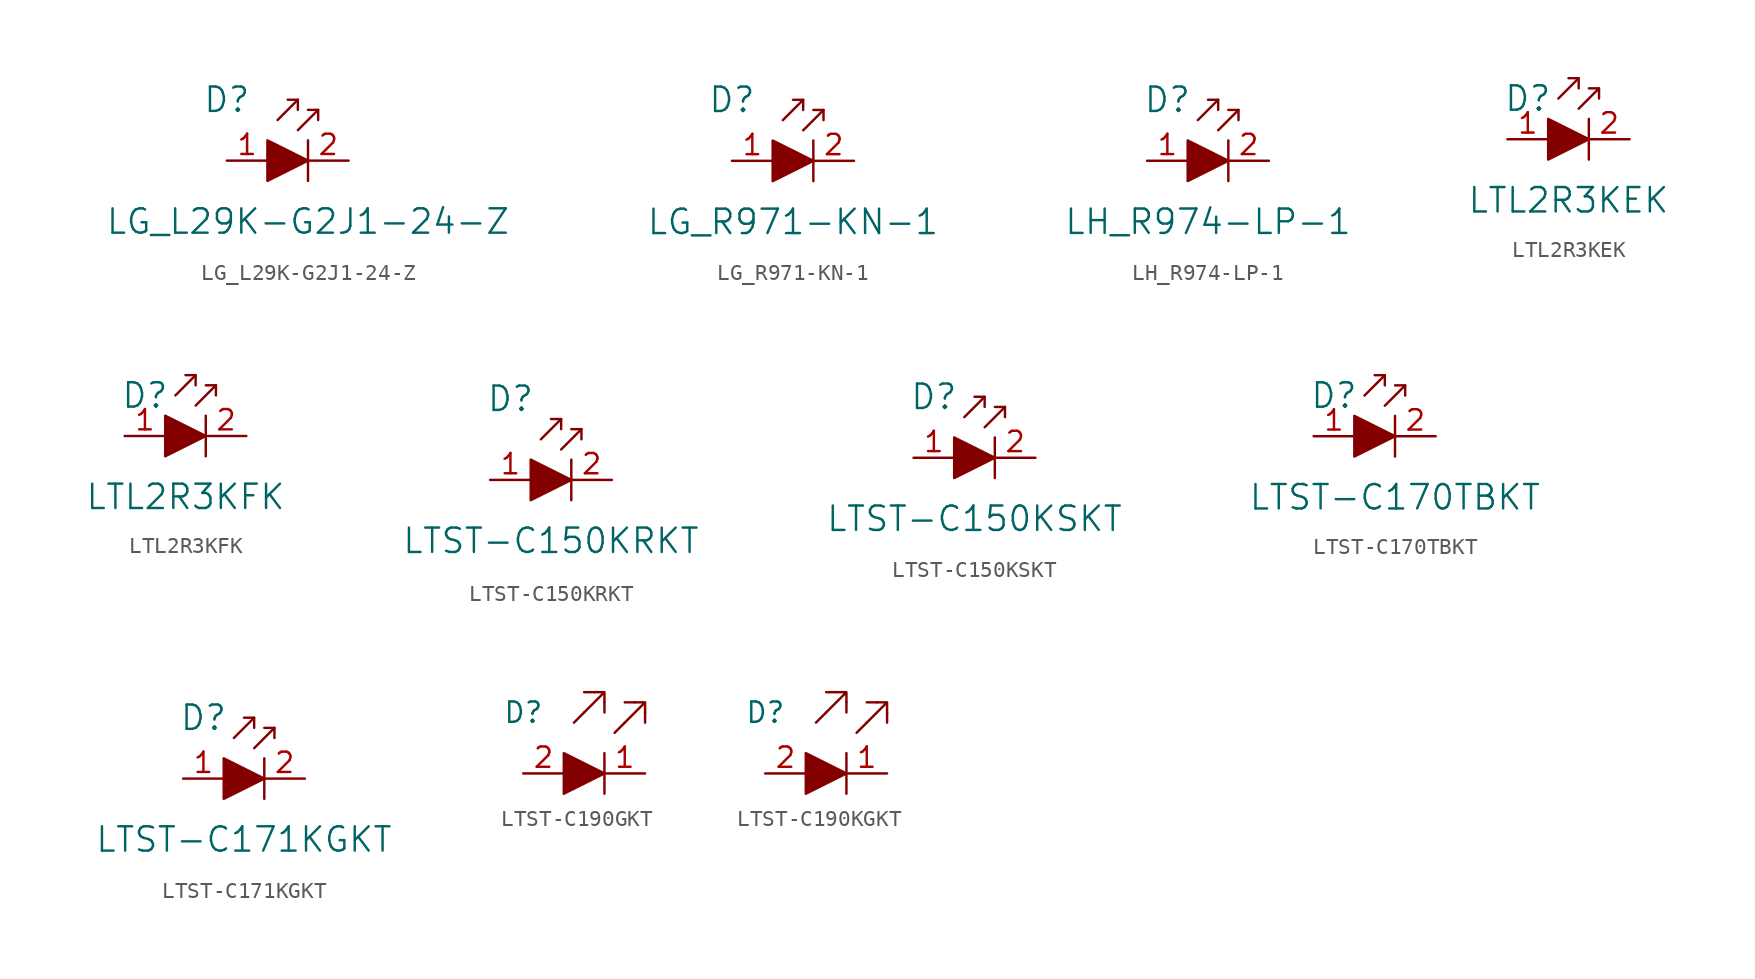
<source format=kicad_sym>
(kicad_symbol_lib
  (version 20201005)
  (generator kicad_symbol_editor)
  (symbol "LG_L29K-G2J1-24-Z"
    (pin_names
      (offset 0))
    (property "Reference" "D"
      (at -5.08 3.81 0)
      (effects (font (size 1.524 1.524))))
    (property "Value" "LG_L29K-G2J1-24-Z"
      (at 0 -3.81 0)
      (effects (font (size 1.524 1.524))))
    (symbol "LG_L29K-G2J1-24-Z_0_1"
      (polyline (pts (xy -0.635 3.81) (xy -1.905 2.54)) (stroke (width 0)) (fill (type none)))
      (polyline (pts (xy 0 1.27) (xy 0 -1.27)) (stroke (width 0)) (fill (type none)))
      (polyline (pts (xy 0.635 3.175) (xy -0.635 1.905)) (stroke (width 0)) (fill (type none)))
      (polyline (pts (xy -1.27 3.81) (xy -0.635 3.81) (xy -0.635 3.175)) (stroke (width 0)) (fill (type none)))
      (polyline (pts (xy 0 3.175) (xy 0.635 3.175) (xy 0.635 2.54)) (stroke (width 0)) (fill (type none)))
      (polyline (pts (xy -2.54 1.27) (xy -2.54 -1.27) (xy 0 0) (xy -2.54 1.27)) (stroke (width 0)) (fill (type outline))))
    (symbol "LG_L29K-G2J1-24-Z_1_1"
      (pin passive line (at -5.08 0 0) (length 2.54) (name "~" (effects (font (size 1.27 1.27)))) (number "1" (effects (font (size 1.27 1.27)))))
      (pin passive line (at 2.54 0 180) (length 2.54) (name "~" (effects (font (size 1.27 1.27)))) (number "2" (effects (font (size 1.27 1.27)))))))
  (symbol "LG_R971-KN-1"
    (pin_names
      (offset 0))
    (property "Reference" "D"
      (at -5.08 3.81 0)
      (effects (font (size 1.524 1.524))))
    (property "Value" "LG_R971-KN-1"
      (at -1.27 -3.81 0)
      (effects (font (size 1.524 1.524))))
    (symbol "LG_R971-KN-1_0_1"
      (polyline (pts (xy -0.635 3.81) (xy -1.905 2.54)) (stroke (width 0)) (fill (type none)))
      (polyline (pts (xy 0 1.27) (xy 0 -1.27)) (stroke (width 0)) (fill (type none)))
      (polyline (pts (xy 0.635 3.175) (xy -0.635 1.905)) (stroke (width 0)) (fill (type none)))
      (polyline (pts (xy -1.27 3.81) (xy -0.635 3.81) (xy -0.635 3.175)) (stroke (width 0)) (fill (type none)))
      (polyline (pts (xy 0 3.175) (xy 0.635 3.175) (xy 0.635 2.54)) (stroke (width 0)) (fill (type none)))
      (polyline (pts (xy -2.54 1.27) (xy -2.54 -1.27) (xy 0 0) (xy -2.54 1.27)) (stroke (width 0)) (fill (type outline))))
    (symbol "LG_R971-KN-1_1_1"
      (pin passive line (at -5.08 0 0) (length 2.54) (name "~" (effects (font (size 1.27 1.27)))) (number "1" (effects (font (size 1.27 1.27)))))
      (pin passive line (at 2.54 0 180) (length 2.54) (name "~" (effects (font (size 1.27 1.27)))) (number "2" (effects (font (size 1.27 1.27)))))))
  (symbol "LH_R974-LP-1"
    (pin_names
      (offset 0))
    (property "Reference" "D"
      (at -3.81 3.81 0)
      (effects (font (size 1.524 1.524))))
    (property "Value" "LH_R974-LP-1"
      (at -1.27 -3.81 0)
      (effects (font (size 1.524 1.524))))
    (symbol "LH_R974-LP-1_0_1"
      (polyline (pts (xy -0.635 3.81) (xy -1.905 2.54)) (stroke (width 0)) (fill (type none)))
      (polyline (pts (xy 0 1.27) (xy 0 -1.27)) (stroke (width 0)) (fill (type none)))
      (polyline (pts (xy 0.635 3.175) (xy -0.635 1.905)) (stroke (width 0)) (fill (type none)))
      (polyline (pts (xy -1.27 3.81) (xy -0.635 3.81) (xy -0.635 3.175)) (stroke (width 0)) (fill (type none)))
      (polyline (pts (xy 0 3.175) (xy 0.635 3.175) (xy 0.635 2.54)) (stroke (width 0)) (fill (type none)))
      (polyline (pts (xy -2.54 1.27) (xy -2.54 -1.27) (xy 0 0) (xy -2.54 1.27)) (stroke (width 0)) (fill (type outline))))
    (symbol "LH_R974-LP-1_1_1"
      (pin passive line (at -5.08 0 0) (length 2.54) (name "~" (effects (font (size 1.27 1.27)))) (number "1" (effects (font (size 1.27 1.27)))))
      (pin passive line (at 2.54 0 180) (length 2.54) (name "~" (effects (font (size 1.27 1.27)))) (number "2" (effects (font (size 1.27 1.27)))))))
  (symbol "LTL2R3KEK"
    (pin_names
      (offset 0))
    (property "Reference" "D"
      (at -3.81 2.54 0)
      (effects (font (size 1.524 1.524))))
    (property "Value" "LTL2R3KEK"
      (at -1.27 -3.81 0)
      (effects (font (size 1.524 1.524))))
    (symbol "LTL2R3KEK_0_1"
      (polyline (pts (xy -0.635 3.81) (xy -1.905 2.54)) (stroke (width 0)) (fill (type none)))
      (polyline (pts (xy 0 1.27) (xy 0 -1.27)) (stroke (width 0)) (fill (type none)))
      (polyline (pts (xy 0.635 3.175) (xy -0.635 1.905)) (stroke (width 0)) (fill (type none)))
      (polyline (pts (xy -1.27 3.81) (xy -0.635 3.81) (xy -0.635 3.175)) (stroke (width 0)) (fill (type none)))
      (polyline (pts (xy 0 3.175) (xy 0.635 3.175) (xy 0.635 2.54)) (stroke (width 0)) (fill (type none)))
      (polyline (pts (xy -2.54 1.27) (xy -2.54 -1.27) (xy 0 0) (xy -2.54 1.27)) (stroke (width 0)) (fill (type outline))))
    (symbol "LTL2R3KEK_1_1"
      (pin passive line (at -5.08 0 0) (length 2.54) (name "~" (effects (font (size 1.27 1.27)))) (number "1" (effects (font (size 1.27 1.27)))))
      (pin passive line (at 2.54 0 180) (length 2.54) (name "~" (effects (font (size 1.27 1.27)))) (number "2" (effects (font (size 1.27 1.27)))))))
  (symbol "LTL2R3KFK"
    (pin_names
      (offset 0))
    (property "Reference" "D"
      (at -3.81 2.54 0)
      (effects (font (size 1.524 1.524))))
    (property "Value" "LTL2R3KFK"
      (at -1.27 -3.81 0)
      (effects (font (size 1.524 1.524))))
    (symbol "LTL2R3KFK_0_1"
      (polyline (pts (xy -0.635 3.81) (xy -1.905 2.54)) (stroke (width 0)) (fill (type none)))
      (polyline (pts (xy 0 1.27) (xy 0 -1.27)) (stroke (width 0)) (fill (type none)))
      (polyline (pts (xy 0.635 3.175) (xy -0.635 1.905)) (stroke (width 0)) (fill (type none)))
      (polyline (pts (xy -1.27 3.81) (xy -0.635 3.81) (xy -0.635 3.175)) (stroke (width 0)) (fill (type none)))
      (polyline (pts (xy 0 3.175) (xy 0.635 3.175) (xy 0.635 2.54)) (stroke (width 0)) (fill (type none)))
      (polyline (pts (xy -2.54 1.27) (xy -2.54 -1.27) (xy 0 0) (xy -2.54 1.27)) (stroke (width 0)) (fill (type outline))))
    (symbol "LTL2R3KFK_1_1"
      (pin passive line (at -5.08 0 0) (length 2.54) (name "~" (effects (font (size 1.27 1.27)))) (number "1" (effects (font (size 1.27 1.27)))))
      (pin passive line (at 2.54 0 180) (length 2.54) (name "~" (effects (font (size 1.27 1.27)))) (number "2" (effects (font (size 1.27 1.27)))))))
  (symbol "LTST-C150KRKT"
    (pin_names
      (offset 0))
    (property "Reference" "D"
      (at -3.81 5.08 0)
      (effects (font (size 1.524 1.524))))
    (property "Value" "LTST-C150KRKT"
      (at -1.27 -3.81 0)
      (effects (font (size 1.524 1.524))))
    (symbol "LTST-C150KRKT_0_1"
      (polyline (pts (xy -0.635 3.81) (xy -1.905 2.54)) (stroke (width 0)) (fill (type none)))
      (polyline (pts (xy 0 1.27) (xy 0 -1.27)) (stroke (width 0)) (fill (type none)))
      (polyline (pts (xy 0.635 3.175) (xy -0.635 1.905)) (stroke (width 0)) (fill (type none)))
      (polyline (pts (xy -1.27 3.81) (xy -0.635 3.81) (xy -0.635 3.175)) (stroke (width 0)) (fill (type none)))
      (polyline (pts (xy 0 3.175) (xy 0.635 3.175) (xy 0.635 2.54)) (stroke (width 0)) (fill (type none)))
      (polyline (pts (xy -2.54 1.27) (xy -2.54 -1.27) (xy 0 0) (xy -2.54 1.27)) (stroke (width 0)) (fill (type outline))))
    (symbol "LTST-C150KRKT_1_1"
      (pin passive line (at -5.08 0 0) (length 2.54) (name "~" (effects (font (size 1.27 1.27)))) (number "1" (effects (font (size 1.27 1.27)))))
      (pin passive line (at 2.54 0 180) (length 2.54) (name "~" (effects (font (size 1.27 1.27)))) (number "2" (effects (font (size 1.27 1.27)))))))
  (symbol "LTST-C150KSKT"
    (pin_names
      (offset 0))
    (property "Reference" "D"
      (at -3.81 3.81 0)
      (effects (font (size 1.524 1.524))))
    (property "Value" "LTST-C150KSKT"
      (at -1.27 -3.81 0)
      (effects (font (size 1.524 1.524))))
    (symbol "LTST-C150KSKT_0_1"
      (polyline (pts (xy -0.635 3.81) (xy -1.905 2.54)) (stroke (width 0)) (fill (type none)))
      (polyline (pts (xy 0 1.27) (xy 0 -1.27)) (stroke (width 0)) (fill (type none)))
      (polyline (pts (xy 0.635 3.175) (xy -0.635 1.905)) (stroke (width 0)) (fill (type none)))
      (polyline (pts (xy -1.27 3.81) (xy -0.635 3.81) (xy -0.635 3.175)) (stroke (width 0)) (fill (type none)))
      (polyline (pts (xy 0 3.175) (xy 0.635 3.175) (xy 0.635 2.54)) (stroke (width 0)) (fill (type none)))
      (polyline (pts (xy -2.54 1.27) (xy -2.54 -1.27) (xy 0 0) (xy -2.54 1.27)) (stroke (width 0)) (fill (type outline))))
    (symbol "LTST-C150KSKT_1_1"
      (pin passive line (at -5.08 0 0) (length 2.54) (name "~" (effects (font (size 1.27 1.27)))) (number "1" (effects (font (size 1.27 1.27)))))
      (pin passive line (at 2.54 0 180) (length 2.54) (name "~" (effects (font (size 1.27 1.27)))) (number "2" (effects (font (size 1.27 1.27)))))))
  (symbol "LTST-C170TBKT"
    (pin_names
      (offset 0))
    (property "Reference" "D"
      (at -3.81 2.54 0)
      (effects (font (size 1.524 1.524))))
    (property "Value" "LTST-C170TBKT"
      (at 0 -3.81 0)
      (effects (font (size 1.524 1.524))))
    (symbol "LTST-C170TBKT_0_1"
      (polyline (pts (xy -0.635 3.81) (xy -1.905 2.54)) (stroke (width 0)) (fill (type none)))
      (polyline (pts (xy 0 1.27) (xy 0 -1.27)) (stroke (width 0)) (fill (type none)))
      (polyline (pts (xy 0.635 3.175) (xy -0.635 1.905)) (stroke (width 0)) (fill (type none)))
      (polyline (pts (xy -1.27 3.81) (xy -0.635 3.81) (xy -0.635 3.175)) (stroke (width 0)) (fill (type none)))
      (polyline (pts (xy 0 3.175) (xy 0.635 3.175) (xy 0.635 2.54)) (stroke (width 0)) (fill (type none)))
      (polyline (pts (xy -2.54 1.27) (xy -2.54 -1.27) (xy 0 0) (xy -2.54 1.27)) (stroke (width 0)) (fill (type outline))))
    (symbol "LTST-C170TBKT_1_1"
      (pin passive line (at -5.08 0 0) (length 2.54) (name "~" (effects (font (size 1.27 1.27)))) (number "1" (effects (font (size 1.27 1.27)))))
      (pin passive line (at 2.54 0 180) (length 2.54) (name "~" (effects (font (size 1.27 1.27)))) (number "2" (effects (font (size 1.27 1.27)))))))
  (symbol "LTST-C171KGKT"
    (pin_names
      (offset 0))
    (property "Reference" "D"
      (at -3.81 3.81 0)
      (effects (font (size 1.524 1.524))))
    (property "Value" "LTST-C171KGKT"
      (at -1.27 -3.81 0)
      (effects (font (size 1.524 1.524))))
    (symbol "LTST-C171KGKT_0_1"
      (polyline (pts (xy -0.635 3.81) (xy -1.905 2.54)) (stroke (width 0)) (fill (type none)))
      (polyline (pts (xy 0 1.27) (xy 0 -1.27)) (stroke (width 0)) (fill (type none)))
      (polyline (pts (xy 0.635 3.175) (xy -0.635 1.905)) (stroke (width 0)) (fill (type none)))
      (polyline (pts (xy -1.27 3.81) (xy -0.635 3.81) (xy -0.635 3.175)) (stroke (width 0)) (fill (type none)))
      (polyline (pts (xy 0 3.175) (xy 0.635 3.175) (xy 0.635 2.54)) (stroke (width 0)) (fill (type none)))
      (polyline (pts (xy -2.54 1.27) (xy -2.54 -1.27) (xy 0 0) (xy -2.54 1.27)) (stroke (width 0)) (fill (type outline))))
    (symbol "LTST-C171KGKT_1_1"
      (pin passive line (at -5.08 0 0) (length 2.54) (name "~" (effects (font (size 1.27 1.27)))) (number "1" (effects (font (size 1.27 1.27)))))
      (pin passive line (at 2.54 0 180) (length 2.54) (name "~" (effects (font (size 1.27 1.27)))) (number "2" (effects (font (size 1.27 1.27)))))))
  (symbol "LTST-C190GKT"
    (pin_names
      (offset 0))
    (property "Reference" "D"
      (at -6.35 3.81 0)
      (effects (font (size 1.27 1.27)) (justify left)))
    (symbol "LTST-C190GKT_0_1"
      (polyline (pts (xy 0 1.27) (xy 0 -1.27)) (stroke (width 0)) (fill (type none)))
      (polyline (pts (xy -2.54 1.27) (xy -2.54 -1.27) (xy 0 0) (xy -2.54 1.27)) (stroke (width 0)) (fill (type outline))))
    (symbol "LTST-C190GKT_1_1"
      (polyline (pts (xy -1.27 3.81) (xy -1.905 3.175)) (stroke (width 0)) (fill (type none)))
      (polyline (pts (xy -0.635 5.08) (xy -1.27 5.08)) (stroke (width 0)) (fill (type none)))
      (polyline (pts (xy 0 4.445) (xy 0 3.81)) (stroke (width 0)) (fill (type none)))
      (polyline (pts (xy 1.27 3.175) (xy 0.635 2.54)) (stroke (width 0)) (fill (type none)))
      (polyline (pts (xy 1.905 4.445) (xy 1.27 4.445)) (stroke (width 0)) (fill (type none)))
      (polyline (pts (xy 2.54 3.81) (xy 2.54 3.175)) (stroke (width 0)) (fill (type none)))
      (polyline (pts (xy 1.27 3.175) (xy 2.54 4.445) (xy 1.905 4.445) (xy 2.54 4.445) (xy 2.54 3.81)) (stroke (width 0)) (fill (type none)))
      (polyline (pts (xy 0 5.08) (xy 0 4.445) (xy 0 5.08) (xy -0.635 5.08) (xy 0 5.08) (xy -1.27 3.81)) (stroke (width 0)) (fill (type none)))
      (pin output line (at 2.54 0 180) (length 2.54) (name "~" (effects (font (size 1.27 1.27)))) (number "1" (effects (font (size 1.27 1.27)))))
      (pin input line (at -5.08 0 0) (length 2.54) (name "~" (effects (font (size 1.27 1.27)))) (number "2" (effects (font (size 1.27 1.27)))))))
  (symbol "LTST-C190KGKT"
    (pin_names
      (offset 0))
    (property "Reference" "D"
      (at -6.35 3.81 0)
      (effects (font (size 1.27 1.27)) (justify left)))
    (symbol "LTST-C190KGKT_0_1"
      (polyline (pts (xy 0 1.27) (xy 0 -1.27)) (stroke (width 0)) (fill (type none)))
      (polyline (pts (xy -2.54 1.27) (xy -2.54 -1.27) (xy 0 0) (xy -2.54 1.27)) (stroke (width 0)) (fill (type outline))))
    (symbol "LTST-C190KGKT_1_1"
      (polyline (pts (xy -1.27 3.81) (xy -1.905 3.175)) (stroke (width 0)) (fill (type none)))
      (polyline (pts (xy -0.635 5.08) (xy -1.27 5.08)) (stroke (width 0)) (fill (type none)))
      (polyline (pts (xy 0 4.445) (xy 0 3.81)) (stroke (width 0)) (fill (type none)))
      (polyline (pts (xy 1.27 3.175) (xy 0.635 2.54)) (stroke (width 0)) (fill (type none)))
      (polyline (pts (xy 1.905 4.445) (xy 1.27 4.445)) (stroke (width 0)) (fill (type none)))
      (polyline (pts (xy 2.54 3.81) (xy 2.54 3.175)) (stroke (width 0)) (fill (type none)))
      (polyline (pts (xy 1.27 3.175) (xy 2.54 4.445) (xy 1.905 4.445) (xy 2.54 4.445) (xy 2.54 3.81)) (stroke (width 0)) (fill (type none)))
      (polyline (pts (xy 0 5.08) (xy 0 4.445) (xy 0 5.08) (xy -0.635 5.08) (xy 0 5.08) (xy -1.27 3.81)) (stroke (width 0)) (fill (type none)))
      (pin output line (at 2.54 0 180) (length 2.54) (name "~" (effects (font (size 1.27 1.27)))) (number "1" (effects (font (size 1.27 1.27)))))
      (pin input line (at -5.08 0 0) (length 2.54) (name "~" (effects (font (size 1.27 1.27)))) (number "2" (effects (font (size 1.27 1.27))))))))
</source>
